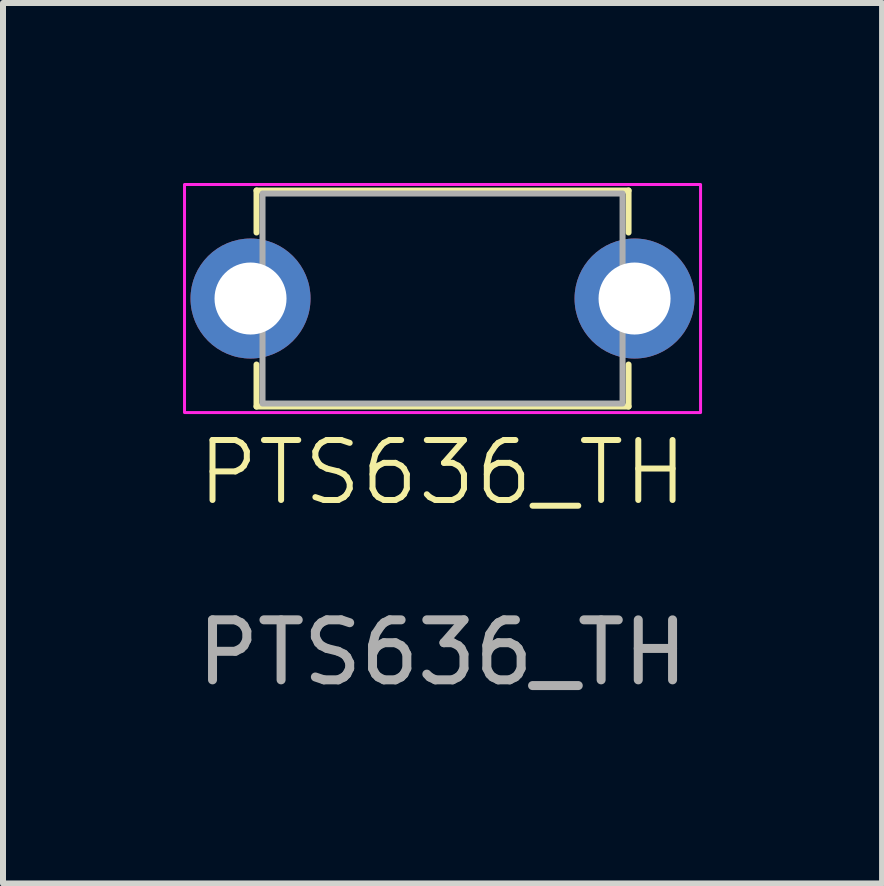
<source format=kicad_pcb>
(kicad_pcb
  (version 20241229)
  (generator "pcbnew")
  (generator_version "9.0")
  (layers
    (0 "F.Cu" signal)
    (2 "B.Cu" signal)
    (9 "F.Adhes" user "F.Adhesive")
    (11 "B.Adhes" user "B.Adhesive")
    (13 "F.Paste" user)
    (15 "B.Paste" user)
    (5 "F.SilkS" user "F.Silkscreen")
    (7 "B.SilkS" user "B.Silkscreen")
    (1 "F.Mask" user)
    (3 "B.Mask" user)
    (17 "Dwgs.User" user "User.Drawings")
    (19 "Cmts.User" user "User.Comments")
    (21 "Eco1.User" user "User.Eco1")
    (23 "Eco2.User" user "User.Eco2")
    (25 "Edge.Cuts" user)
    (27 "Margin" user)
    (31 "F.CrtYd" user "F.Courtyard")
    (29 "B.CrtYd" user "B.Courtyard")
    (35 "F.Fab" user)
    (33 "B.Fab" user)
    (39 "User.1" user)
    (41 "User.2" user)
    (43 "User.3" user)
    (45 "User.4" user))
  (footprint "PTS636_TH"
    (layer "F.Cu")
    (at 4.325 1.925)
    (property "Reference" "PTS636_TH" (at 0 2.9 0) (unlocked yes) (layer "F.SilkS") (effects (font (size 1 1) (thickness 0.1))))
    (attr through_hole)
    (fp_line (start -3.1 -1.8) (end -3.1 -1.1) (stroke (width 0.1) (type default)) (layer "F.SilkS"))
    (fp_line (start -3.1 -1.8) (end 3.1 -1.8) (stroke (width 0.1) (type default)) (layer "F.SilkS"))
    (fp_line (start -3.1 1.8) (end -3.1 1.1) (stroke (width 0.1) (type default)) (layer "F.SilkS"))
    (fp_line (start 3.1 -1.8) (end 3.1 -1.1) (stroke (width 0.1) (type default)) (layer "F.SilkS"))
    (fp_line (start 3.1 1.1) (end 3.1 1.8) (stroke (width 0.1) (type default)) (layer "F.SilkS"))
    (fp_line (start 3.1 1.8) (end -3.1 1.8) (stroke (width 0.1) (type default)) (layer "F.SilkS"))
    (fp_rect (start -4.3 -1.9) (end 4.3 1.9) (stroke (width 0.05) (type default)) (fill no) (layer "F.CrtYd"))
    (fp_rect (start -3 -1.75) (end 3 1.75) (stroke (width 0.1) (type default)) (fill no) (layer "F.Fab"))
    (fp_text user "${REFERENCE}" (at 0 5.9 0) (unlocked yes) (layer "F.Fab") (effects (font (size 1 1) (thickness 0.15))))
    (pad "1" thru_hole circle (at -3.2 0) (size 2 2) (drill 1.2) (layers "*.Cu" "*.Mask"))
    (pad "2" thru_hole circle (at 3.2 0) (size 2 2) (drill 1.2) (layers "*.Cu" "*.Mask")))
  (gr_rect
    (start -3 -3)
    (end 11.65 11.673)
    (stroke (width 0.1) (type default))
    (fill no)
    (layer "Edge.Cuts")))
</source>
